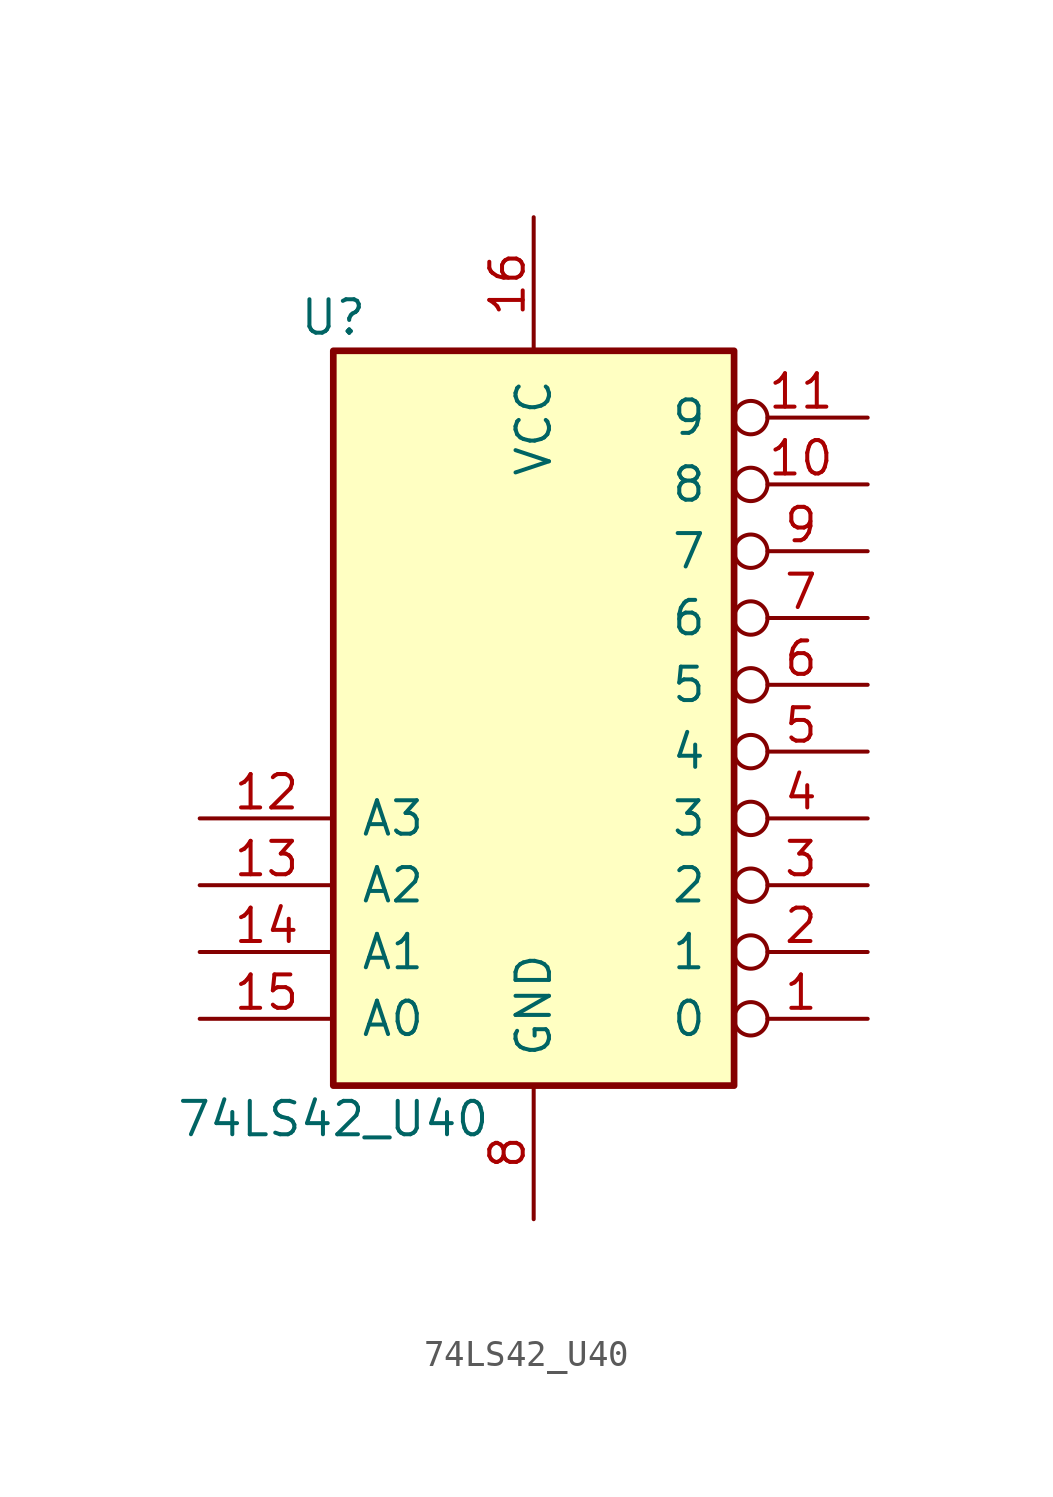
<source format=kicad_sym>
(kicad_symbol_lib
  (version 20220914)
  (generator kicad_symbol_editor)
  (symbol "74LS42_U40"
    (pin_names
      (offset 1.016))
    (property "Reference" "U"
      (at -7.62 13.97 0)
      (effects (font (size 1.27 1.27))))
    (property "Value" "74LS42_U40"
      (at -7.62 -16.51 0)
      (effects (font (size 1.27 1.27))))
    (property "ki_locked" ""
      (at 0 0 0)
      (effects (font (size 1.27 1.27))))
    (symbol "74LS42_U40_1_0"
      (pin output inverted (at 12.7 -12.7 180) (length 5.08) (name "0" (effects (font (size 1.27 1.27)))) (number "1" (effects (font (size 1.27 1.27)))))
      (pin output inverted (at 12.7 7.62 180) (length 5.08) (name "8" (effects (font (size 1.27 1.27)))) (number "10" (effects (font (size 1.27 1.27)))))
      (pin output inverted (at 12.7 10.16 180) (length 5.08) (name "9" (effects (font (size 1.27 1.27)))) (number "11" (effects (font (size 1.27 1.27)))))
      (pin input line (at -12.7 -5.08 0) (length 5.08) (name "A3" (effects (font (size 1.27 1.27)))) (number "12" (effects (font (size 1.27 1.27)))))
      (pin input line (at -12.7 -7.62 0) (length 5.08) (name "A2" (effects (font (size 1.27 1.27)))) (number "13" (effects (font (size 1.27 1.27)))))
      (pin input line (at -12.7 -10.16 0) (length 5.08) (name "A1" (effects (font (size 1.27 1.27)))) (number "14" (effects (font (size 1.27 1.27)))))
      (pin input line (at -12.7 -12.7 0) (length 5.08) (name "A0" (effects (font (size 1.27 1.27)))) (number "15" (effects (font (size 1.27 1.27)))))
      (pin power_in line (at 0 17.78 270) (length 5.08) (name "VCC" (effects (font (size 1.27 1.27)))) (number "16" (effects (font (size 1.27 1.27)))))
      (pin output inverted (at 12.7 -10.16 180) (length 5.08) (name "1" (effects (font (size 1.27 1.27)))) (number "2" (effects (font (size 1.27 1.27)))))
      (pin output inverted (at 12.7 -7.62 180) (length 5.08) (name "2" (effects (font (size 1.27 1.27)))) (number "3" (effects (font (size 1.27 1.27)))))
      (pin output inverted (at 12.7 -5.08 180) (length 5.08) (name "3" (effects (font (size 1.27 1.27)))) (number "4" (effects (font (size 1.27 1.27)))))
      (pin output inverted (at 12.7 -2.54 180) (length 5.08) (name "4" (effects (font (size 1.27 1.27)))) (number "5" (effects (font (size 1.27 1.27)))))
      (pin output inverted (at 12.7 0 180) (length 5.08) (name "5" (effects (font (size 1.27 1.27)))) (number "6" (effects (font (size 1.27 1.27)))))
      (pin output inverted (at 12.7 2.54 180) (length 5.08) (name "6" (effects (font (size 1.27 1.27)))) (number "7" (effects (font (size 1.27 1.27)))))
      (pin power_in line (at 0 -20.32 90) (length 5.08) (name "GND" (effects (font (size 1.27 1.27)))) (number "8" (effects (font (size 1.27 1.27)))))
      (pin output inverted (at 12.7 5.08 180) (length 5.08) (name "7" (effects (font (size 1.27 1.27)))) (number "9" (effects (font (size 1.27 1.27))))))
    (symbol "74LS42_U40_1_1"
      (rectangle (start -7.62 12.7) (end 7.62 -15.24) (stroke (width 0.254) (type default)) (fill (type background))))))
</source>
